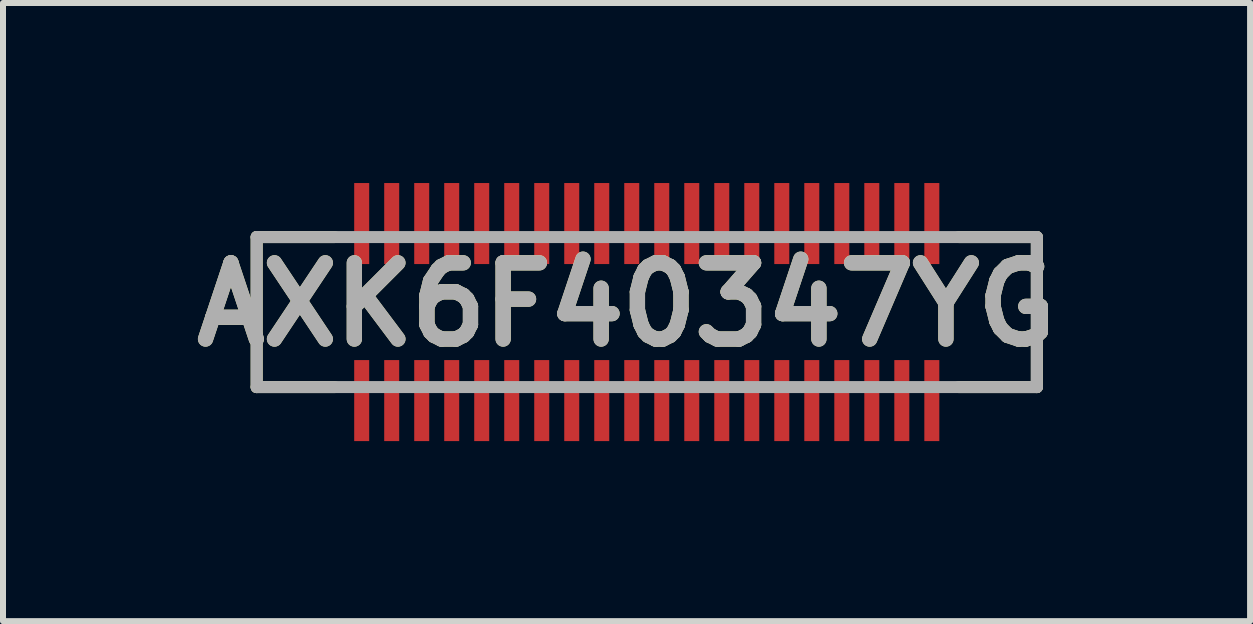
<source format=kicad_pcb>
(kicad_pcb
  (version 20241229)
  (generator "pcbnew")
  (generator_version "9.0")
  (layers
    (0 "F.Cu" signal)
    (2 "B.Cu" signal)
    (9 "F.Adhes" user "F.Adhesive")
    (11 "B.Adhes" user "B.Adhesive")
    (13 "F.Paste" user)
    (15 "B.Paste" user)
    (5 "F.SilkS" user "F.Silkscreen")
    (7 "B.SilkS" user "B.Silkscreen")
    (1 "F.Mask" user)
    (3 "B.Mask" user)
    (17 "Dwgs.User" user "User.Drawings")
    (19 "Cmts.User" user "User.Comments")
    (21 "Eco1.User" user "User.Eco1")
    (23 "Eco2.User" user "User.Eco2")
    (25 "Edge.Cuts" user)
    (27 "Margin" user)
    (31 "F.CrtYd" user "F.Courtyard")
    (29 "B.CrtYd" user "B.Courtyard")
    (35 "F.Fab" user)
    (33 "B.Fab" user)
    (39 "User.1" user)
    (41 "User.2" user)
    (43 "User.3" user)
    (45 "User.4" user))
  (footprint "AXK6F40347YG"
    (layer "F.Cu")
    (at 7.727 2.15)
    (property "Reference" "AXK6F40347YG" (at -0.337 -0.125 0) (layer "F.SilkS") (effects (font (size 1.27 1.27) (thickness 0.254))))
    (attr smd)
    (fp_line (start -6.5 -1.25) (end -6.5 1.25) (stroke (width 0.2) (type solid)) (layer "F.SilkS"))
    (fp_line (start -6.5 -1.25) (end -5.2 -1.25) (stroke (width 0.2) (type solid)) (layer "F.SilkS"))
    (fp_line (start -6.5 1.25) (end -5.2 1.25) (stroke (width 0.2) (type solid)) (layer "F.SilkS"))
    (fp_line (start 6.5 -1.25) (end 5.2 -1.25) (stroke (width 0.2) (type solid)) (layer "F.SilkS"))
    (fp_line (start 6.5 1.25) (end 5.2 1.25) (stroke (width 0.2) (type solid)) (layer "F.SilkS"))
    (fp_line (start 6.5 1.25) (end 6.5 -1.25) (stroke (width 0.2) (type solid)) (layer "F.SilkS"))
    (fp_line (start -6.5 -1.25) (end 6.5 -1.25) (stroke (width 0.2) (type solid)) (layer "F.Fab"))
    (fp_line (start -6.5 1.25) (end -6.5 -1.25) (stroke (width 0.2) (type solid)) (layer "F.Fab"))
    (fp_line (start 6.5 -1.25) (end 6.5 1.25) (stroke (width 0.2) (type solid)) (layer "F.Fab"))
    (fp_line (start 6.5 1.25) (end -6.5 1.25) (stroke (width 0.2) (type solid)) (layer "F.Fab"))
    (fp_text user "${REFERENCE}" (at -0.337 -0.125 0) (layer "F.Fab") (effects (font (size 1.27 1.27) (thickness 0.254))))
    (pad "1" smd rect (at -4.75 1.475) (size 0.25 1.35) (layers "F.Cu" "F.Mask" "F.Paste"))
    (pad "2" smd rect (at -4.75 -1.475) (size 0.25 1.35) (layers "F.Cu" "F.Mask" "F.Paste"))
    (pad "3" smd rect (at -4.25 1.475) (size 0.25 1.35) (layers "F.Cu" "F.Mask" "F.Paste"))
    (pad "4" smd rect (at -4.25 -1.475) (size 0.25 1.35) (layers "F.Cu" "F.Mask" "F.Paste"))
    (pad "5" smd rect (at -3.75 1.475) (size 0.25 1.35) (layers "F.Cu" "F.Mask" "F.Paste"))
    (pad "6" smd rect (at -3.75 -1.475) (size 0.25 1.35) (layers "F.Cu" "F.Mask" "F.Paste"))
    (pad "7" smd rect (at -3.25 1.475) (size 0.25 1.35) (layers "F.Cu" "F.Mask" "F.Paste"))
    (pad "8" smd rect (at -3.25 -1.475) (size 0.25 1.35) (layers "F.Cu" "F.Mask" "F.Paste"))
    (pad "9" smd rect (at -2.75 1.475) (size 0.25 1.35) (layers "F.Cu" "F.Mask" "F.Paste"))
    (pad "10" smd rect (at -2.75 -1.475) (size 0.25 1.35) (layers "F.Cu" "F.Mask" "F.Paste"))
    (pad "11" smd rect (at -2.25 1.475) (size 0.25 1.35) (layers "F.Cu" "F.Mask" "F.Paste"))
    (pad "12" smd rect (at -2.25 -1.475) (size 0.25 1.35) (layers "F.Cu" "F.Mask" "F.Paste"))
    (pad "13" smd rect (at -1.75 1.475) (size 0.25 1.35) (layers "F.Cu" "F.Mask" "F.Paste"))
    (pad "14" smd rect (at -1.75 -1.475) (size 0.25 1.35) (layers "F.Cu" "F.Mask" "F.Paste"))
    (pad "15" smd rect (at -1.25 1.475) (size 0.25 1.35) (layers "F.Cu" "F.Mask" "F.Paste"))
    (pad "16" smd rect (at -1.25 -1.475) (size 0.25 1.35) (layers "F.Cu" "F.Mask" "F.Paste"))
    (pad "17" smd rect (at -0.75 1.475) (size 0.25 1.35) (layers "F.Cu" "F.Mask" "F.Paste"))
    (pad "18" smd rect (at -0.75 -1.475) (size 0.25 1.35) (layers "F.Cu" "F.Mask" "F.Paste"))
    (pad "19" smd rect (at -0.25 1.475) (size 0.25 1.35) (layers "F.Cu" "F.Mask" "F.Paste"))
    (pad "20" smd rect (at -0.25 -1.475) (size 0.25 1.35) (layers "F.Cu" "F.Mask" "F.Paste"))
    (pad "21" smd rect (at 0.25 1.475) (size 0.25 1.35) (layers "F.Cu" "F.Mask" "F.Paste"))
    (pad "22" smd rect (at 0.25 -1.475) (size 0.25 1.35) (layers "F.Cu" "F.Mask" "F.Paste"))
    (pad "23" smd rect (at 0.75 1.475) (size 0.25 1.35) (layers "F.Cu" "F.Mask" "F.Paste"))
    (pad "24" smd rect (at 0.75 -1.475) (size 0.25 1.35) (layers "F.Cu" "F.Mask" "F.Paste"))
    (pad "25" smd rect (at 1.25 1.475) (size 0.25 1.35) (layers "F.Cu" "F.Mask" "F.Paste"))
    (pad "26" smd rect (at 1.25 -1.475) (size 0.25 1.35) (layers "F.Cu" "F.Mask" "F.Paste"))
    (pad "27" smd rect (at 1.75 1.475) (size 0.25 1.35) (layers "F.Cu" "F.Mask" "F.Paste"))
    (pad "28" smd rect (at 1.75 -1.475) (size 0.25 1.35) (layers "F.Cu" "F.Mask" "F.Paste"))
    (pad "29" smd rect (at 2.25 1.475) (size 0.25 1.35) (layers "F.Cu" "F.Mask" "F.Paste"))
    (pad "30" smd rect (at 2.25 -1.475) (size 0.25 1.35) (layers "F.Cu" "F.Mask" "F.Paste"))
    (pad "31" smd rect (at 2.75 1.475) (size 0.25 1.35) (layers "F.Cu" "F.Mask" "F.Paste"))
    (pad "32" smd rect (at 2.75 -1.475) (size 0.25 1.35) (layers "F.Cu" "F.Mask" "F.Paste"))
    (pad "33" smd rect (at 3.25 1.475) (size 0.25 1.35) (layers "F.Cu" "F.Mask" "F.Paste"))
    (pad "34" smd rect (at 3.25 -1.475) (size 0.25 1.35) (layers "F.Cu" "F.Mask" "F.Paste"))
    (pad "35" smd rect (at 3.75 1.475) (size 0.25 1.35) (layers "F.Cu" "F.Mask" "F.Paste"))
    (pad "36" smd rect (at 3.75 -1.475) (size 0.25 1.35) (layers "F.Cu" "F.Mask" "F.Paste"))
    (pad "37" smd rect (at 4.25 1.475) (size 0.25 1.35) (layers "F.Cu" "F.Mask" "F.Paste"))
    (pad "38" smd rect (at 4.25 -1.475) (size 0.25 1.35) (layers "F.Cu" "F.Mask" "F.Paste"))
    (pad "39" smd rect (at 4.75 1.475) (size 0.25 1.35) (layers "F.Cu" "F.Mask" "F.Paste"))
    (pad "40" smd rect (at 4.75 -1.475) (size 0.25 1.35) (layers "F.Cu" "F.Mask" "F.Paste")))
  (gr_rect
    (start -3 -3)
    (end 17.78 7.3)
    (stroke (width 0.1) (type default))
    (fill no)
    (layer "Edge.Cuts")))
</source>
